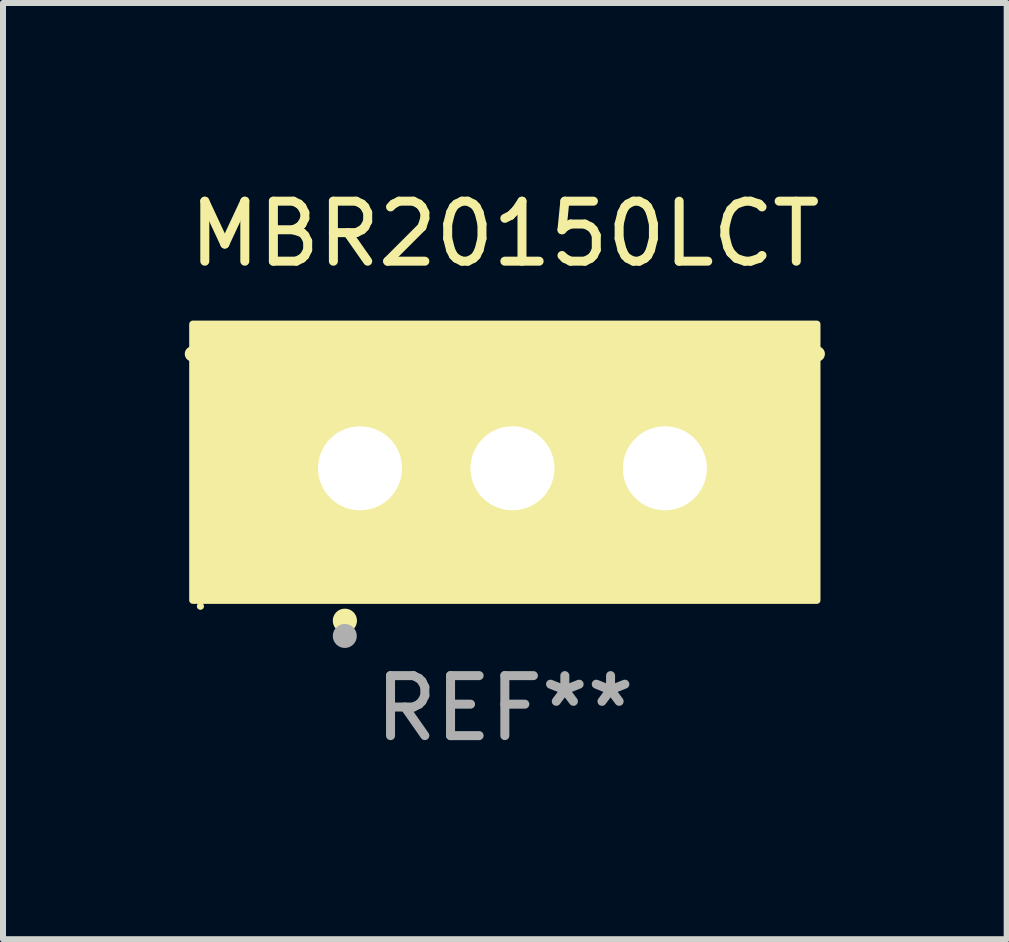
<source format=kicad_pcb>
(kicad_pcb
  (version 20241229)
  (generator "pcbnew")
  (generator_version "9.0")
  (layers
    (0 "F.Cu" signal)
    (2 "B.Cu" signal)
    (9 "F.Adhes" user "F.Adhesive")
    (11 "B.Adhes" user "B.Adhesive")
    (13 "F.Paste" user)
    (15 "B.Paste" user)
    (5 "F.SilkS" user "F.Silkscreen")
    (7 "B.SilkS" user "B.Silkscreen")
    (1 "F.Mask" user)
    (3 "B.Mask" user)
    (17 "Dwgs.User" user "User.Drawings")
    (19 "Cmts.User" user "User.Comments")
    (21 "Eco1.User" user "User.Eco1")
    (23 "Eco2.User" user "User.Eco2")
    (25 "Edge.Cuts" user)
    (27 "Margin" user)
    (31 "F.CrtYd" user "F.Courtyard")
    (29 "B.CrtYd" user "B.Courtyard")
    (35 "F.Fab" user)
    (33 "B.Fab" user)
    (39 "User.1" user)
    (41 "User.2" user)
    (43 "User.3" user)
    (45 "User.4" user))
  (footprint "MBR20150LCT"
    (layer "F.Cu")
    (at 5.363 3.801)
    (property "Reference" "MBR20150LCT" (at 0 -2.953 0) (layer "F.SilkS") (effects (font (size 1 1) (thickness 0.15))))
    (attr through_hole)
    (fp_line (start 5.207 -0.953) (end -5.207 -0.953) (stroke (width 0.254) (type solid)) (layer "F.SilkS"))
    (fp_arc (start -2.66698 3.49252) (mid -2.66571 3.492516) (end -2.66444 3.49252) (stroke (width 0.4) (type solid)) (layer "F.SilkS"))
    (fp_circle (center -5.073 3.252) (end -5.043 3.252) (stroke (width 0.06) (type solid)) (fill no) (layer "F.SilkS"))
    (fp_poly (pts (xy -5.2 -1.448) (xy 5.2 -1.448) (xy 5.2 3.152) (xy -5.2 3.152)) (stroke (width 0.12) (type solid)) (fill yes) (layer "F.SilkS"))
    (fp_circle (center -2.667 3.747) (end -2.567 3.747) (stroke (width 0.2) (type solid)) (fill no) (layer "F.Fab"))
    (fp_text user "REF**" (at 0 4.953 0) (layer "F.Fab") (effects (font (size 1 1) (thickness 0.15))))
    (pad "1" thru_hole rect (at -2.413 0.953) (size 2 2.5) (drill 1.4) (layers "*.Cu" "*.Mask"))
    (pad "2" thru_hole oval (at 0.127 0.953) (size 2 2.5) (drill 1.4) (layers "*.Cu" "*.Mask"))
    (pad "3" thru_hole oval (at 2.667 0.953) (size 2 2.5) (drill 1.4) (layers "*.Cu" "*.Mask")))
  (gr_rect
    (start -3 -3)
    (end 13.726 12.602)
    (stroke (width 0.1) (type default))
    (fill no)
    (layer "Edge.Cuts")))
</source>
